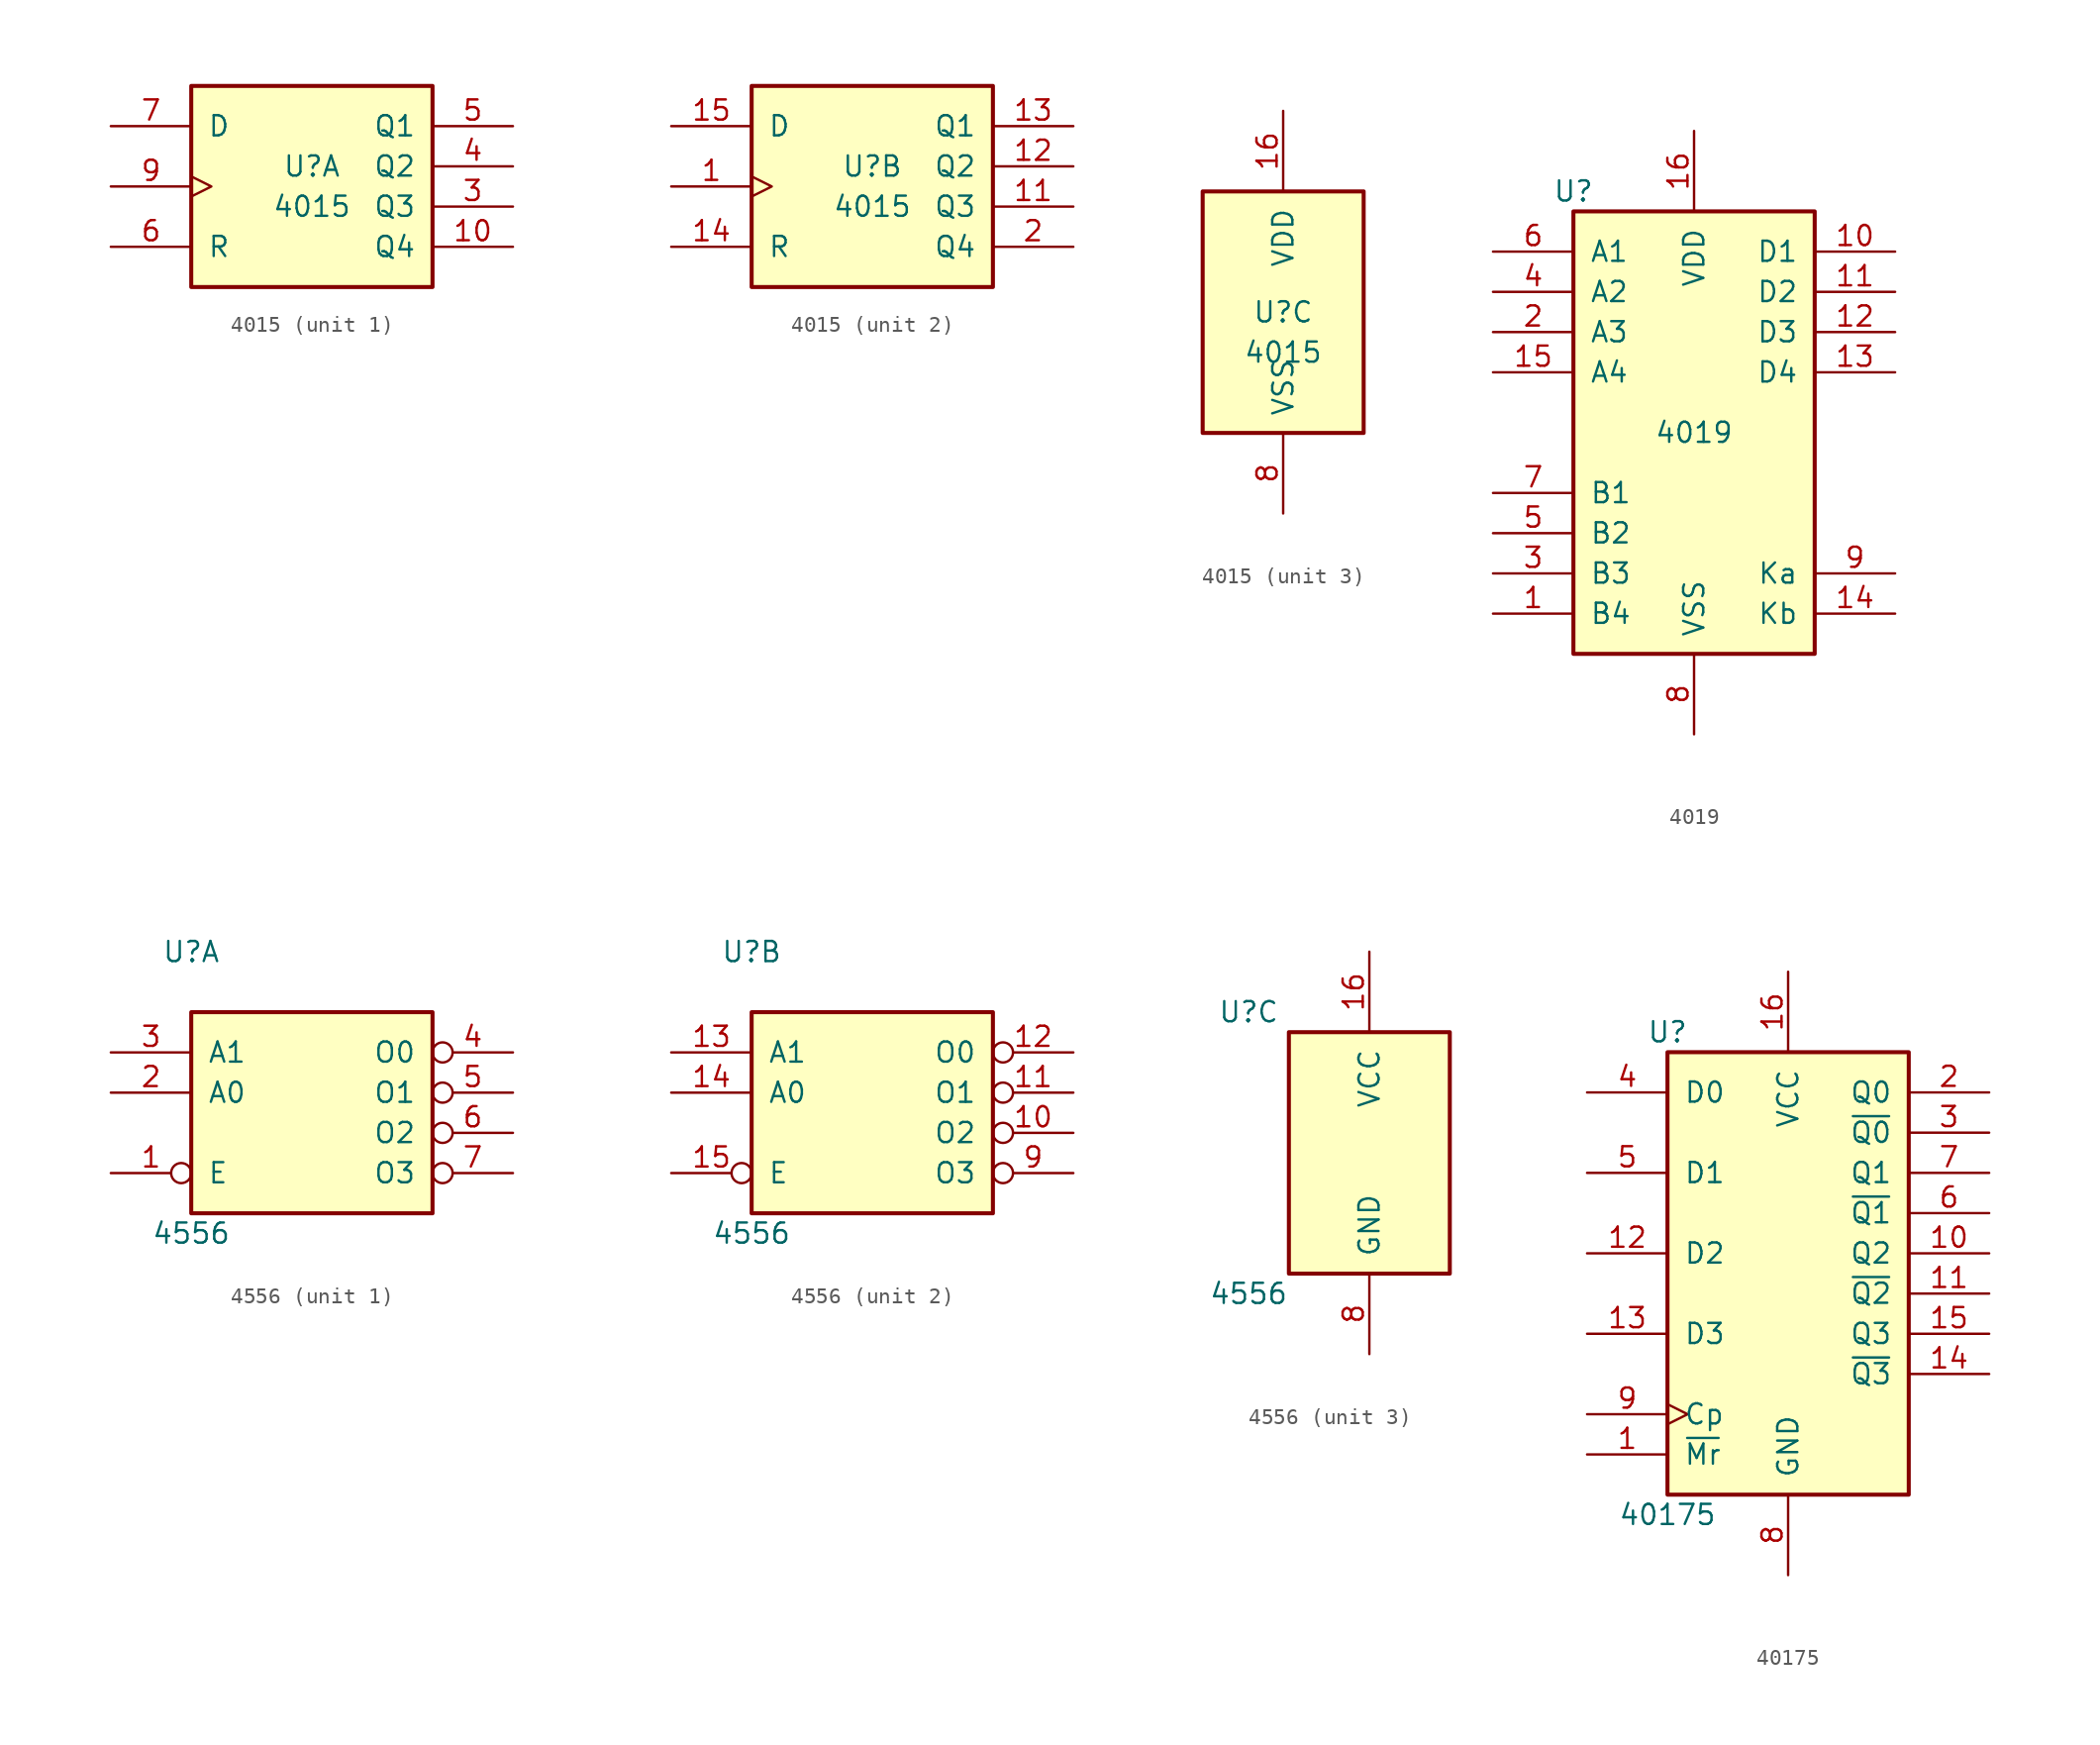
<source format=kicad_sym>
(kicad_symbol_lib
  (version 20211014)
  (generator kicad_symbol_editor)
  (symbol "4015"
    (pin_names
      (offset 1.016))
    (property "Reference" "U"
      (at 0 0 0)
      (effects (font (size 1.27 1.27))))
    (property "Value" "4015"
      (at 0 -2.54 0)
      (effects (font (size 1.27 1.27))))
    (property "ki_locked" ""
      (at 0 0 0)
      (effects (font (size 1.27 1.27))))
    (symbol "4015_1_0"
      (pin output line (at 12.7 -5.08 180) (length 5.08) (name "Q4" (effects (font (size 1.27 1.27)))) (number "10" (effects (font (size 1.27 1.27)))))
      (pin output line (at 12.7 -2.54 180) (length 5.08) (name "Q3" (effects (font (size 1.27 1.27)))) (number "3" (effects (font (size 1.27 1.27)))))
      (pin output line (at 12.7 0 180) (length 5.08) (name "Q2" (effects (font (size 1.27 1.27)))) (number "4" (effects (font (size 1.27 1.27)))))
      (pin output line (at 12.7 2.54 180) (length 5.08) (name "Q1" (effects (font (size 1.27 1.27)))) (number "5" (effects (font (size 1.27 1.27)))))
      (pin input line (at -12.7 -5.08 0) (length 5.08) (name "R" (effects (font (size 1.27 1.27)))) (number "6" (effects (font (size 1.27 1.27)))))
      (pin input line (at -12.7 2.54 0) (length 5.08) (name "D" (effects (font (size 1.27 1.27)))) (number "7" (effects (font (size 1.27 1.27)))))
      (pin input clock (at -12.7 -1.27 0) (length 5.08) (name "" (effects (font (size 1.27 1.27)))) (number "9" (effects (font (size 1.27 1.27))))))
    (symbol "4015_1_1"
      (rectangle (start -7.62 5.08) (end 7.62 -7.62) (stroke (width 0.254) (type default) (color 0 0 0 0)) (fill (type background))))
    (symbol "4015_2_0"
      (pin input clock (at -12.7 -1.27 0) (length 5.08) (name "" (effects (font (size 1.27 1.27)))) (number "1" (effects (font (size 1.27 1.27)))))
      (pin output line (at 12.7 -2.54 180) (length 5.08) (name "Q3" (effects (font (size 1.27 1.27)))) (number "11" (effects (font (size 1.27 1.27)))))
      (pin output line (at 12.7 0 180) (length 5.08) (name "Q2" (effects (font (size 1.27 1.27)))) (number "12" (effects (font (size 1.27 1.27)))))
      (pin output line (at 12.7 2.54 180) (length 5.08) (name "Q1" (effects (font (size 1.27 1.27)))) (number "13" (effects (font (size 1.27 1.27)))))
      (pin input line (at -12.7 -5.08 0) (length 5.08) (name "R" (effects (font (size 1.27 1.27)))) (number "14" (effects (font (size 1.27 1.27)))))
      (pin input line (at -12.7 2.54 0) (length 5.08) (name "D" (effects (font (size 1.27 1.27)))) (number "15" (effects (font (size 1.27 1.27)))))
      (pin output line (at 12.7 -5.08 180) (length 5.08) (name "Q4" (effects (font (size 1.27 1.27)))) (number "2" (effects (font (size 1.27 1.27))))))
    (symbol "4015_2_1"
      (rectangle (start -7.62 5.08) (end 7.62 -7.62) (stroke (width 0.254) (type default) (color 0 0 0 0)) (fill (type background))))
    (symbol "4015_3_0"
      (pin power_in line (at 0 12.7 270) (length 5.08) (name "VDD" (effects (font (size 1.27 1.27)))) (number "16" (effects (font (size 1.27 1.27)))))
      (pin power_in line (at 0 -12.7 90) (length 5.08) (name "VSS" (effects (font (size 1.27 1.27)))) (number "8" (effects (font (size 1.27 1.27))))))
    (symbol "4015_3_1"
      (rectangle (start -5.08 7.62) (end 5.08 -7.62) (stroke (width 0.254) (type default) (color 0 0 0 0)) (fill (type background)))))
  (symbol "4019"
    (pin_names
      (offset 1.016))
    (property "Reference" "U"
      (at -7.62 13.97 0)
      (effects (font (size 1.27 1.27))))
    (property "Value" "4019"
      (at 0 -1.27 0)
      (effects (font (size 1.27 1.27))))
    (property "ki_locked" ""
      (at 0 0 0)
      (effects (font (size 1.27 1.27))))
    (symbol "4019_1_0"
      (pin input line (at -12.7 -12.7 0) (length 5.08) (name "B4" (effects (font (size 1.27 1.27)))) (number "1" (effects (font (size 1.27 1.27)))))
      (pin output line (at 12.7 10.16 180) (length 5.08) (name "D1" (effects (font (size 1.27 1.27)))) (number "10" (effects (font (size 1.27 1.27)))))
      (pin output line (at 12.7 7.62 180) (length 5.08) (name "D2" (effects (font (size 1.27 1.27)))) (number "11" (effects (font (size 1.27 1.27)))))
      (pin output line (at 12.7 5.08 180) (length 5.08) (name "D3" (effects (font (size 1.27 1.27)))) (number "12" (effects (font (size 1.27 1.27)))))
      (pin output line (at 12.7 2.54 180) (length 5.08) (name "D4" (effects (font (size 1.27 1.27)))) (number "13" (effects (font (size 1.27 1.27)))))
      (pin input line (at 12.7 -12.7 180) (length 5.08) (name "Kb" (effects (font (size 1.27 1.27)))) (number "14" (effects (font (size 1.27 1.27)))))
      (pin input line (at -12.7 2.54 0) (length 5.08) (name "A4" (effects (font (size 1.27 1.27)))) (number "15" (effects (font (size 1.27 1.27)))))
      (pin power_in line (at 0 17.78 270) (length 5.08) (name "VDD" (effects (font (size 1.27 1.27)))) (number "16" (effects (font (size 1.27 1.27)))))
      (pin input line (at -12.7 5.08 0) (length 5.08) (name "A3" (effects (font (size 1.27 1.27)))) (number "2" (effects (font (size 1.27 1.27)))))
      (pin input line (at -12.7 -10.16 0) (length 5.08) (name "B3" (effects (font (size 1.27 1.27)))) (number "3" (effects (font (size 1.27 1.27)))))
      (pin input line (at -12.7 7.62 0) (length 5.08) (name "A2" (effects (font (size 1.27 1.27)))) (number "4" (effects (font (size 1.27 1.27)))))
      (pin input line (at -12.7 -7.62 0) (length 5.08) (name "B2" (effects (font (size 1.27 1.27)))) (number "5" (effects (font (size 1.27 1.27)))))
      (pin input line (at -12.7 10.16 0) (length 5.08) (name "A1" (effects (font (size 1.27 1.27)))) (number "6" (effects (font (size 1.27 1.27)))))
      (pin input line (at -12.7 -5.08 0) (length 5.08) (name "B1" (effects (font (size 1.27 1.27)))) (number "7" (effects (font (size 1.27 1.27)))))
      (pin power_in line (at 0 -20.32 90) (length 5.08) (name "VSS" (effects (font (size 1.27 1.27)))) (number "8" (effects (font (size 1.27 1.27)))))
      (pin input line (at 12.7 -10.16 180) (length 5.08) (name "Ka" (effects (font (size 1.27 1.27)))) (number "9" (effects (font (size 1.27 1.27))))))
    (symbol "4019_1_1"
      (rectangle (start -7.62 12.7) (end 7.62 -15.24) (stroke (width 0.254) (type default) (color 0 0 0 0)) (fill (type background)))))
  (symbol "4556"
    (pin_names
      (offset 1.016))
    (property "Reference" "U"
      (at -7.62 8.89 0)
      (effects (font (size 1.27 1.27))))
    (property "Value" "4556"
      (at -7.62 -8.89 0)
      (effects (font (size 1.27 1.27))))
    (property "ki_locked" ""
      (at 0 0 0)
      (effects (font (size 1.27 1.27))))
    (symbol "4556_1_0"
      (pin input inverted (at -12.7 -5.08 0) (length 5.08) (name "E" (effects (font (size 1.27 1.27)))) (number "1" (effects (font (size 1.27 1.27)))))
      (pin input line (at -12.7 0 0) (length 5.08) (name "A0" (effects (font (size 1.27 1.27)))) (number "2" (effects (font (size 1.27 1.27)))))
      (pin input line (at -12.7 2.54 0) (length 5.08) (name "A1" (effects (font (size 1.27 1.27)))) (number "3" (effects (font (size 1.27 1.27)))))
      (pin output inverted (at 12.7 2.54 180) (length 5.08) (name "O0" (effects (font (size 1.27 1.27)))) (number "4" (effects (font (size 1.27 1.27)))))
      (pin output inverted (at 12.7 0 180) (length 5.08) (name "O1" (effects (font (size 1.27 1.27)))) (number "5" (effects (font (size 1.27 1.27)))))
      (pin output inverted (at 12.7 -2.54 180) (length 5.08) (name "O2" (effects (font (size 1.27 1.27)))) (number "6" (effects (font (size 1.27 1.27)))))
      (pin output inverted (at 12.7 -5.08 180) (length 5.08) (name "O3" (effects (font (size 1.27 1.27)))) (number "7" (effects (font (size 1.27 1.27))))))
    (symbol "4556_1_1"
      (rectangle (start -7.62 5.08) (end 7.62 -7.62) (stroke (width 0.254) (type default) (color 0 0 0 0)) (fill (type background))))
    (symbol "4556_2_0"
      (pin output inverted (at 12.7 -2.54 180) (length 5.08) (name "O2" (effects (font (size 1.27 1.27)))) (number "10" (effects (font (size 1.27 1.27)))))
      (pin output inverted (at 12.7 0 180) (length 5.08) (name "O1" (effects (font (size 1.27 1.27)))) (number "11" (effects (font (size 1.27 1.27)))))
      (pin output inverted (at 12.7 2.54 180) (length 5.08) (name "O0" (effects (font (size 1.27 1.27)))) (number "12" (effects (font (size 1.27 1.27)))))
      (pin input line (at -12.7 2.54 0) (length 5.08) (name "A1" (effects (font (size 1.27 1.27)))) (number "13" (effects (font (size 1.27 1.27)))))
      (pin input line (at -12.7 0 0) (length 5.08) (name "A0" (effects (font (size 1.27 1.27)))) (number "14" (effects (font (size 1.27 1.27)))))
      (pin input inverted (at -12.7 -5.08 0) (length 5.08) (name "E" (effects (font (size 1.27 1.27)))) (number "15" (effects (font (size 1.27 1.27)))))
      (pin output inverted (at 12.7 -5.08 180) (length 5.08) (name "O3" (effects (font (size 1.27 1.27)))) (number "9" (effects (font (size 1.27 1.27))))))
    (symbol "4556_2_1"
      (rectangle (start -7.62 5.08) (end 7.62 -7.62) (stroke (width 0.254) (type default) (color 0 0 0 0)) (fill (type background))))
    (symbol "4556_3_0"
      (pin power_in line (at 0 12.7 270) (length 5.08) (name "VCC" (effects (font (size 1.27 1.27)))) (number "16" (effects (font (size 1.27 1.27)))))
      (pin power_in line (at 0 -12.7 90) (length 5.08) (name "GND" (effects (font (size 1.27 1.27)))) (number "8" (effects (font (size 1.27 1.27))))))
    (symbol "4556_3_1"
      (rectangle (start -5.08 7.62) (end 5.08 -7.62) (stroke (width 0.254) (type default) (color 0 0 0 0)) (fill (type background)))))
  (symbol "40175"
    (pin_names
      (offset 1.016))
    (property "Reference" "U"
      (at -7.62 13.97 0)
      (effects (font (size 1.27 1.27))))
    (property "Value" "40175"
      (at -7.62 -16.51 0)
      (effects (font (size 1.27 1.27))))
    (property "ki_locked" ""
      (at 0 0 0)
      (effects (font (size 1.27 1.27))))
    (symbol "40175_1_0"
      (pin input line (at -12.7 -12.7 0) (length 5.08) (name "~{Mr}" (effects (font (size 1.27 1.27)))) (number "1" (effects (font (size 1.27 1.27)))))
      (pin output line (at 12.7 0 180) (length 5.08) (name "Q2" (effects (font (size 1.27 1.27)))) (number "10" (effects (font (size 1.27 1.27)))))
      (pin output line (at 12.7 -2.54 180) (length 5.08) (name "~{Q2}" (effects (font (size 1.27 1.27)))) (number "11" (effects (font (size 1.27 1.27)))))
      (pin input line (at -12.7 0 0) (length 5.08) (name "D2" (effects (font (size 1.27 1.27)))) (number "12" (effects (font (size 1.27 1.27)))))
      (pin input line (at -12.7 -5.08 0) (length 5.08) (name "D3" (effects (font (size 1.27 1.27)))) (number "13" (effects (font (size 1.27 1.27)))))
      (pin output line (at 12.7 -7.62 180) (length 5.08) (name "~{Q3}" (effects (font (size 1.27 1.27)))) (number "14" (effects (font (size 1.27 1.27)))))
      (pin output line (at 12.7 -5.08 180) (length 5.08) (name "Q3" (effects (font (size 1.27 1.27)))) (number "15" (effects (font (size 1.27 1.27)))))
      (pin power_in line (at 0 17.78 270) (length 5.08) (name "VCC" (effects (font (size 1.27 1.27)))) (number "16" (effects (font (size 1.27 1.27)))))
      (pin output line (at 12.7 10.16 180) (length 5.08) (name "Q0" (effects (font (size 1.27 1.27)))) (number "2" (effects (font (size 1.27 1.27)))))
      (pin output line (at 12.7 7.62 180) (length 5.08) (name "~{Q0}" (effects (font (size 1.27 1.27)))) (number "3" (effects (font (size 1.27 1.27)))))
      (pin input line (at -12.7 10.16 0) (length 5.08) (name "D0" (effects (font (size 1.27 1.27)))) (number "4" (effects (font (size 1.27 1.27)))))
      (pin input line (at -12.7 5.08 0) (length 5.08) (name "D1" (effects (font (size 1.27 1.27)))) (number "5" (effects (font (size 1.27 1.27)))))
      (pin output line (at 12.7 2.54 180) (length 5.08) (name "~{Q1}" (effects (font (size 1.27 1.27)))) (number "6" (effects (font (size 1.27 1.27)))))
      (pin output line (at 12.7 5.08 180) (length 5.08) (name "Q1" (effects (font (size 1.27 1.27)))) (number "7" (effects (font (size 1.27 1.27)))))
      (pin power_in line (at 0 -20.32 90) (length 5.08) (name "GND" (effects (font (size 1.27 1.27)))) (number "8" (effects (font (size 1.27 1.27)))))
      (pin input clock (at -12.7 -10.16 0) (length 5.08) (name "Cp" (effects (font (size 1.27 1.27)))) (number "9" (effects (font (size 1.27 1.27))))))
    (symbol "40175_1_1"
      (rectangle (start -7.62 12.7) (end 7.62 -15.24) (stroke (width 0.254) (type default) (color 0 0 0 0)) (fill (type background))))))
</source>
